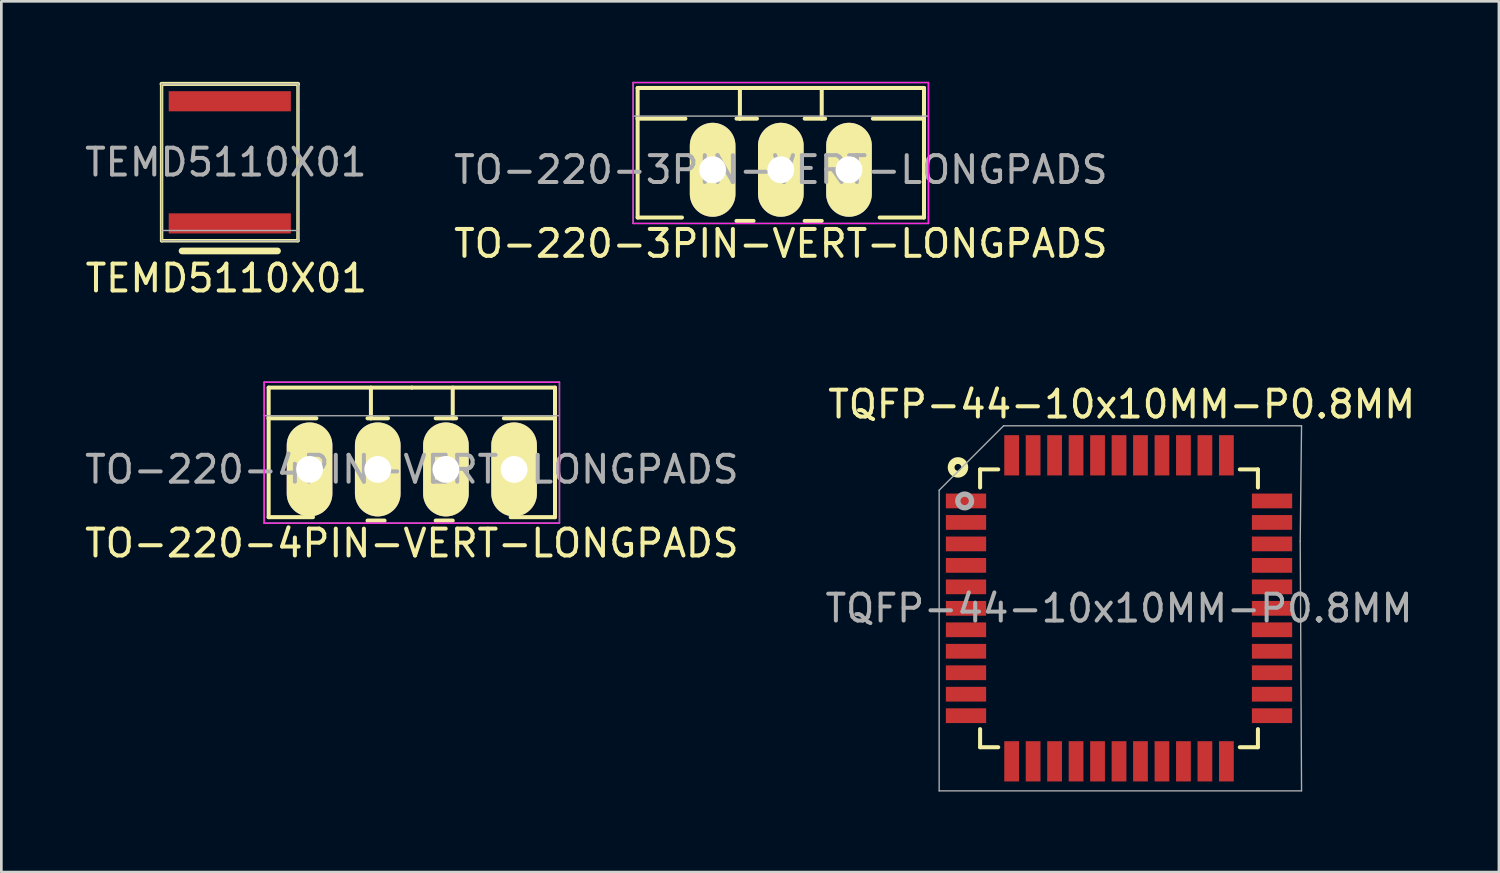
<source format=kicad_pcb>
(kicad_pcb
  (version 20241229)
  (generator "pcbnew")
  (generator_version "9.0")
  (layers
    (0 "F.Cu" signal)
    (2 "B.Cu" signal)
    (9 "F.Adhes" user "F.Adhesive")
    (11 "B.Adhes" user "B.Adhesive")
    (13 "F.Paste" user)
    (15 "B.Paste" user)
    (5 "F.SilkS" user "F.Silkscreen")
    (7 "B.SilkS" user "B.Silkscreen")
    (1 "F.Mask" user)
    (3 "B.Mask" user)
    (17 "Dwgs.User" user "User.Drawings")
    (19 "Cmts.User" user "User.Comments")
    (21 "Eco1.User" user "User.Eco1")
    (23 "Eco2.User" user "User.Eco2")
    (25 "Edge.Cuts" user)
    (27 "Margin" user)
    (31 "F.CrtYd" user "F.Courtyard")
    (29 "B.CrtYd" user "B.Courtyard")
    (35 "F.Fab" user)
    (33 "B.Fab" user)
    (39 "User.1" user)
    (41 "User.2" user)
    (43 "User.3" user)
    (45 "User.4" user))
  (footprint "TQFP-44-10x10MM-P0.8MM"
    (layer "F.Cu")
    (at 38.637 19.612)
    (property "Reference" "TQFP-44-10x10MM-P0.8MM" (at 0 0 0) (layer "F.Fab") (effects (font (size 1 1) (thickness 0.15))))
    (attr smd)
    (fp_line (start -5.175 -5.175) (end -5.175 -4.5) (stroke (width 0.15) (type solid)) (layer "F.SilkS"))
    (fp_line (start -5.175 -5.175) (end -4.5 -5.175) (stroke (width 0.15) (type solid)) (layer "F.SilkS"))
    (fp_line (start -5.175 5.175) (end -5.175 4.5) (stroke (width 0.15) (type solid)) (layer "F.SilkS"))
    (fp_line (start -5.175 5.175) (end -4.5 5.175) (stroke (width 0.15) (type solid)) (layer "F.SilkS"))
    (fp_line (start 5.175 -5.175) (end 4.5 -5.175) (stroke (width 0.15) (type solid)) (layer "F.SilkS"))
    (fp_line (start 5.175 -5.175) (end 5.175 -4.5) (stroke (width 0.15) (type solid)) (layer "F.SilkS"))
    (fp_line (start 5.175 5.175) (end 4.5 5.175) (stroke (width 0.15) (type solid)) (layer "F.SilkS"))
    (fp_line (start 5.175 5.175) (end 5.175 4.5) (stroke (width 0.15) (type solid)) (layer "F.SilkS"))
    (fp_circle (center -6 -5.25) (end -5.95 -5) (stroke (width 0.254) (type solid)) (fill no) (layer "F.SilkS"))
    (fp_line (start -6.7 6.8) (end -6.7 -4.4) (stroke (width 0.05) (type solid)) (layer "F.Fab"))
    (fp_line (start -4.3 -6.8) (end -6.7 -4.4) (stroke (width 0.05) (type solid)) (layer "F.Fab"))
    (fp_line (start -4.3 -6.8) (end 6.8 -6.8) (stroke (width 0.05) (type solid)) (layer "F.Fab"))
    (fp_line (start 6.75 -2.5) (end 6.8 6.8) (stroke (width 0.05) (type solid)) (layer "F.Fab"))
    (fp_line (start 6.8 -6.8) (end 6.75 -2.5) (stroke (width 0.05) (type solid)) (layer "F.Fab"))
    (fp_line (start 6.8 6.8) (end -6.7 6.8) (stroke (width 0.05) (type solid)) (layer "F.Fab"))
    (fp_circle (center -5.75 -4) (end -5.7 -3.75) (stroke (width 0.2) (type solid)) (fill no) (layer "F.Fab"))
    (fp_text user "${REFERENCE}" (at 0.1 -7.6 0) (layer "F.SilkS") (effects (font (size 1 1) (thickness 0.15))))
    (pad "1" smd rect (at -5.7 -4) (size 1.5 0.55) (layers "F.Cu" "F.Mask" "F.Paste"))
    (pad "2" smd rect (at -5.7 -3.2) (size 1.5 0.55) (layers "F.Cu" "F.Mask" "F.Paste"))
    (pad "3" smd rect (at -5.7 -2.4) (size 1.5 0.55) (layers "F.Cu" "F.Mask" "F.Paste"))
    (pad "4" smd rect (at -5.7 -1.6) (size 1.5 0.55) (layers "F.Cu" "F.Mask" "F.Paste"))
    (pad "5" smd rect (at -5.7 -0.8) (size 1.5 0.55) (layers "F.Cu" "F.Mask" "F.Paste"))
    (pad "6" smd rect (at -5.7 0) (size 1.5 0.55) (layers "F.Cu" "F.Mask" "F.Paste"))
    (pad "7" smd rect (at -5.7 0.8) (size 1.5 0.55) (layers "F.Cu" "F.Mask" "F.Paste"))
    (pad "8" smd rect (at -5.7 1.6) (size 1.5 0.55) (layers "F.Cu" "F.Mask" "F.Paste"))
    (pad "9" smd rect (at -5.7 2.4) (size 1.5 0.55) (layers "F.Cu" "F.Mask" "F.Paste"))
    (pad "10" smd rect (at -5.7 3.2) (size 1.5 0.55) (layers "F.Cu" "F.Mask" "F.Paste"))
    (pad "11" smd rect (at -5.7 4) (size 1.5 0.55) (layers "F.Cu" "F.Mask" "F.Paste"))
    (pad "12" smd rect (at -4 5.7 90) (size 1.5 0.55) (layers "F.Cu" "F.Mask" "F.Paste"))
    (pad "13" smd rect (at -3.2 5.7 90) (size 1.5 0.55) (layers "F.Cu" "F.Mask" "F.Paste"))
    (pad "14" smd rect (at -2.4 5.7 90) (size 1.5 0.55) (layers "F.Cu" "F.Mask" "F.Paste"))
    (pad "15" smd rect (at -1.6 5.7 90) (size 1.5 0.55) (layers "F.Cu" "F.Mask" "F.Paste"))
    (pad "16" smd rect (at -0.8 5.7 90) (size 1.5 0.55) (layers "F.Cu" "F.Mask" "F.Paste"))
    (pad "17" smd rect (at 0 5.7 90) (size 1.5 0.55) (layers "F.Cu" "F.Mask" "F.Paste"))
    (pad "18" smd rect (at 0.8 5.7 90) (size 1.5 0.55) (layers "F.Cu" "F.Mask" "F.Paste"))
    (pad "19" smd rect (at 1.6 5.7 90) (size 1.5 0.55) (layers "F.Cu" "F.Mask" "F.Paste"))
    (pad "20" smd rect (at 2.4 5.7 90) (size 1.5 0.55) (layers "F.Cu" "F.Mask" "F.Paste"))
    (pad "21" smd rect (at 3.2 5.7 90) (size 1.5 0.55) (layers "F.Cu" "F.Mask" "F.Paste"))
    (pad "22" smd rect (at 4 5.7 90) (size 1.5 0.55) (layers "F.Cu" "F.Mask" "F.Paste"))
    (pad "23" smd rect (at 5.7 4) (size 1.5 0.55) (layers "F.Cu" "F.Mask" "F.Paste"))
    (pad "24" smd rect (at 5.7 3.2) (size 1.5 0.55) (layers "F.Cu" "F.Mask" "F.Paste"))
    (pad "25" smd rect (at 5.7 2.4) (size 1.5 0.55) (layers "F.Cu" "F.Mask" "F.Paste"))
    (pad "26" smd rect (at 5.7 1.6) (size 1.5 0.55) (layers "F.Cu" "F.Mask" "F.Paste"))
    (pad "27" smd rect (at 5.7 0.8) (size 1.5 0.55) (layers "F.Cu" "F.Mask" "F.Paste"))
    (pad "28" smd rect (at 5.7 0) (size 1.5 0.55) (layers "F.Cu" "F.Mask" "F.Paste"))
    (pad "29" smd rect (at 5.7 -0.8) (size 1.5 0.55) (layers "F.Cu" "F.Mask" "F.Paste"))
    (pad "30" smd rect (at 5.7 -1.6) (size 1.5 0.55) (layers "F.Cu" "F.Mask" "F.Paste"))
    (pad "31" smd rect (at 5.7 -2.4) (size 1.5 0.55) (layers "F.Cu" "F.Mask" "F.Paste"))
    (pad "32" smd rect (at 5.7 -3.2) (size 1.5 0.55) (layers "F.Cu" "F.Mask" "F.Paste"))
    (pad "33" smd rect (at 5.7 -4) (size 1.5 0.55) (layers "F.Cu" "F.Mask" "F.Paste"))
    (pad "34" smd rect (at 4 -5.7 90) (size 1.5 0.55) (layers "F.Cu" "F.Mask" "F.Paste"))
    (pad "35" smd rect (at 3.2 -5.7 90) (size 1.5 0.55) (layers "F.Cu" "F.Mask" "F.Paste"))
    (pad "36" smd rect (at 2.4 -5.7 90) (size 1.5 0.55) (layers "F.Cu" "F.Mask" "F.Paste"))
    (pad "37" smd rect (at 1.6 -5.7 90) (size 1.5 0.55) (layers "F.Cu" "F.Mask" "F.Paste"))
    (pad "38" smd rect (at 0.8 -5.7 90) (size 1.5 0.55) (layers "F.Cu" "F.Mask" "F.Paste"))
    (pad "39" smd rect (at 0 -5.7 90) (size 1.5 0.55) (layers "F.Cu" "F.Mask" "F.Paste"))
    (pad "40" smd rect (at -0.8 -5.7 90) (size 1.5 0.55) (layers "F.Cu" "F.Mask" "F.Paste"))
    (pad "41" smd rect (at -1.6 -5.7 90) (size 1.5 0.55) (layers "F.Cu" "F.Mask" "F.Paste"))
    (pad "42" smd rect (at -2.4 -5.7 90) (size 1.5 0.55) (layers "F.Cu" "F.Mask" "F.Paste"))
    (pad "43" smd rect (at -3.2 -5.7 90) (size 1.5 0.55) (layers "F.Cu" "F.Mask" "F.Paste"))
    (pad "44" smd rect (at -4 -5.7 90) (size 1.5 0.55) (layers "F.Cu" "F.Mask" "F.Paste")))
  (footprint "TEMD5110X01"
    (layer "F.Cu")
    (at 5.51 2.997)
    (property "Reference" "TEMD5110X01" (at -0.147 0 0) (layer "F.Fab") (effects (font (size 1 1) (thickness 0.15))))
    (attr smd)
    (fp_line (start -2.54 -2.921) (end -2.54 2.921) (stroke (width 0.127) (type solid)) (layer "F.SilkS"))
    (fp_line (start -2.54 2.921) (end 2.54 2.921) (stroke (width 0.127) (type solid)) (layer "F.SilkS"))
    (fp_line (start 1.778 3.302) (end -1.778 3.302) (stroke (width 0.25) (type solid)) (layer "F.SilkS"))
    (fp_line (start 2.54 -2.921) (end -2.54 -2.921) (stroke (width 0.152) (type solid)) (layer "F.SilkS"))
    (fp_line (start 2.54 2.921) (end 2.54 -2.921) (stroke (width 0.127) (type solid)) (layer "F.SilkS"))
    (fp_line (start -2.54 -2.921) (end -2.54 2.921) (stroke (width 0.05) (type solid)) (layer "F.Fab"))
    (fp_line (start -2.54 2.54) (end 2.54 2.54) (stroke (width 0.05) (type solid)) (layer "F.Fab"))
    (fp_line (start -2.54 2.921) (end 2.54 2.921) (stroke (width 0.05) (type solid)) (layer "F.Fab"))
    (fp_line (start 2.54 -2.921) (end -2.54 -2.921) (stroke (width 0.05) (type solid)) (layer "F.Fab"))
    (fp_line (start 2.54 2.921) (end 2.54 -2.921) (stroke (width 0.05) (type solid)) (layer "F.Fab"))
    (fp_text user "${REFERENCE}" (at -0.127 4.318 0) (layer "F.SilkS") (effects (font (size 1 1) (thickness 0.15))))
    (pad "1" smd rect (at 0 2.275) (size 4.55 0.75) (layers "F.Cu" "F.Mask" "F.Paste"))
    (pad "2" smd rect (at 0 -2.275) (size 4.55 0.75) (layers "F.Cu" "F.Mask" "F.Paste")))
  (footprint "TO-220-3PIN-VERT-LONGPADS"
    (layer "F.Cu")
    (at 26.038 3.275)
    (property "Reference" "TO-220-3PIN-VERT-LONGPADS" (at 0 0 0) (layer "F.Fab") (effects (font (size 1 1) (thickness 0.15))))
    (attr smd)
    (fp_line (start -5.334 -1.905) (end -5.334 -3.048) (stroke (width 0.15) (type solid)) (layer "F.SilkS"))
    (fp_line (start -5.334 -1.905) (end -3.556 -1.905) (stroke (width 0.15) (type solid)) (layer "F.SilkS"))
    (fp_line (start -5.334 1.778) (end -5.334 -1.905) (stroke (width 0.15) (type solid)) (layer "F.SilkS"))
    (fp_line (start -5.334 1.778) (end -3.683 1.778) (stroke (width 0.15) (type solid)) (layer "F.SilkS"))
    (fp_line (start -1.524 -3.048) (end -1.524 -1.905) (stroke (width 0.15) (type solid)) (layer "F.SilkS"))
    (fp_line (start -1.524 -1.905) (end -1.651 -1.905) (stroke (width 0.15) (type solid)) (layer "F.SilkS"))
    (fp_line (start -1.524 -1.905) (end -0.889 -1.905) (stroke (width 0.15) (type solid)) (layer "F.SilkS"))
    (fp_line (start -1.016 1.905) (end -1.651 1.905) (stroke (width 0.15) (type solid)) (layer "F.SilkS"))
    (fp_line (start 0 -3.048) (end -5.334 -3.048) (stroke (width 0.15) (type solid)) (layer "F.SilkS"))
    (fp_line (start 0 -3.048) (end 5.334 -3.048) (stroke (width 0.15) (type solid)) (layer "F.SilkS"))
    (fp_line (start 0.889 -1.905) (end 1.651 -1.905) (stroke (width 0.15) (type solid)) (layer "F.SilkS"))
    (fp_line (start 1.524 -3.048) (end 1.524 -1.905) (stroke (width 0.15) (type solid)) (layer "F.SilkS"))
    (fp_line (start 1.524 1.905) (end 0.889 1.905) (stroke (width 0.15) (type solid)) (layer "F.SilkS"))
    (fp_line (start 5.334 -3.048) (end 5.334 -1.905) (stroke (width 0.15) (type solid)) (layer "F.SilkS"))
    (fp_line (start 5.334 -1.905) (end 3.429 -1.905) (stroke (width 0.15) (type solid)) (layer "F.SilkS"))
    (fp_line (start 5.334 -1.905) (end 5.334 1.778) (stroke (width 0.15) (type solid)) (layer "F.SilkS"))
    (fp_line (start 5.334 1.778) (end 3.683 1.778) (stroke (width 0.15) (type solid)) (layer "F.SilkS"))
    (fp_line (start -5.5 -3.25) (end -5.5 2) (stroke (width 0.05) (type solid)) (layer "F.CrtYd"))
    (fp_line (start -5.5 2) (end 5.5 2) (stroke (width 0.05) (type solid)) (layer "F.CrtYd"))
    (fp_line (start 5.5 -3.25) (end -5.5 -3.25) (stroke (width 0.05) (type solid)) (layer "F.CrtYd"))
    (fp_line (start 5.5 2) (end 5.5 -3.25) (stroke (width 0.05) (type solid)) (layer "F.CrtYd"))
    (fp_line (start -5.5 2) (end -5.5 -3.25) (stroke (width 0.05) (type solid)) (layer "F.Fab"))
    (fp_line (start 5.5 -3.25) (end -5.5 -3.25) (stroke (width 0.05) (type solid)) (layer "F.Fab"))
    (fp_line (start 5.5 -3) (end 5.5 -3.25) (stroke (width 0.05) (type solid)) (layer "F.Fab"))
    (fp_line (start 5.5 -3) (end 5.5 1.75) (stroke (width 0.05) (type solid)) (layer "F.Fab"))
    (fp_line (start 5.5 -2) (end -5.5 -2) (stroke (width 0.05) (type solid)) (layer "F.Fab"))
    (fp_line (start 5.5 1.75) (end 5.5 2) (stroke (width 0.05) (type solid)) (layer "F.Fab"))
    (fp_line (start 5.5 2) (end -5.5 2) (stroke (width 0.05) (type solid)) (layer "F.Fab"))
    (fp_text user "${REFERENCE}" (at 0 2.75 0) (layer "F.SilkS") (effects (font (size 1 1) (thickness 0.15))))
    (pad "1" thru_hole oval (at -2.54 0 90) (size 3.5 1.699) (drill 1.001) (layers "*.Cu" "*.Mask" "F.SilkS"))
    (pad "2" thru_hole oval (at 0 0 90) (size 3.5 1.699) (drill 1.001) (layers "*.Cu" "*.Mask" "F.SilkS"))
    (pad "3" thru_hole oval (at 2.54 0 90) (size 3.5 1.699) (drill 1.001) (layers "*.Cu" "*.Mask" "F.SilkS")))
  (footprint "TO-220-4PIN-VERT-LONGPADS"
    (layer "F.Cu")
    (at 12.292 14.438)
    (property "Reference" "TO-220-4PIN-VERT-LONGPADS" (at 0 0 0) (layer "F.Fab") (effects (font (size 1 1) (thickness 0.15))))
    (attr smd)
    (fp_line (start -5.334 -1.905) (end -5.334 -3.048) (stroke (width 0.15) (type solid)) (layer "F.SilkS"))
    (fp_line (start -5.334 -1.905) (end -3.556 -1.905) (stroke (width 0.15) (type solid)) (layer "F.SilkS"))
    (fp_line (start -5.334 1.778) (end -5.334 -1.905) (stroke (width 0.15) (type solid)) (layer "F.SilkS"))
    (fp_line (start -5.334 1.778) (end -3.683 1.778) (stroke (width 0.15) (type solid)) (layer "F.SilkS"))
    (fp_line (start -1.524 -3.048) (end -1.524 -1.905) (stroke (width 0.15) (type solid)) (layer "F.SilkS"))
    (fp_line (start -1.524 -1.905) (end -1.651 -1.905) (stroke (width 0.15) (type solid)) (layer "F.SilkS"))
    (fp_line (start -1.524 -1.905) (end -0.889 -1.905) (stroke (width 0.15) (type solid)) (layer "F.SilkS"))
    (fp_line (start -1.016 1.905) (end -1.651 1.905) (stroke (width 0.15) (type solid)) (layer "F.SilkS"))
    (fp_line (start 0 -3.048) (end -5.334 -3.048) (stroke (width 0.15) (type solid)) (layer "F.SilkS"))
    (fp_line (start 0 -3.048) (end 5.334 -3.048) (stroke (width 0.15) (type solid)) (layer "F.SilkS"))
    (fp_line (start 0.889 -1.905) (end 1.651 -1.905) (stroke (width 0.15) (type solid)) (layer "F.SilkS"))
    (fp_line (start 1.524 -3.048) (end 1.524 -1.905) (stroke (width 0.15) (type solid)) (layer "F.SilkS"))
    (fp_line (start 1.524 1.905) (end 0.889 1.905) (stroke (width 0.15) (type solid)) (layer "F.SilkS"))
    (fp_line (start 5.334 -3.048) (end 5.334 -1.905) (stroke (width 0.15) (type solid)) (layer "F.SilkS"))
    (fp_line (start 5.334 -1.905) (end 3.429 -1.905) (stroke (width 0.15) (type solid)) (layer "F.SilkS"))
    (fp_line (start 5.334 -1.905) (end 5.334 1.778) (stroke (width 0.15) (type solid)) (layer "F.SilkS"))
    (fp_line (start 5.334 1.778) (end 3.683 1.778) (stroke (width 0.15) (type solid)) (layer "F.SilkS"))
    (fp_line (start -5.5 -3.25) (end -5.5 2) (stroke (width 0.05) (type solid)) (layer "F.CrtYd"))
    (fp_line (start -5.5 2) (end 5.5 2) (stroke (width 0.05) (type solid)) (layer "F.CrtYd"))
    (fp_line (start 5.5 -3.25) (end -5.5 -3.25) (stroke (width 0.05) (type solid)) (layer "F.CrtYd"))
    (fp_line (start 5.5 2) (end 5.5 -3.25) (stroke (width 0.05) (type solid)) (layer "F.CrtYd"))
    (fp_line (start -5.5 2) (end -5.5 -3.25) (stroke (width 0.05) (type solid)) (layer "F.Fab"))
    (fp_line (start 5.5 -3.25) (end -5.5 -3.25) (stroke (width 0.05) (type solid)) (layer "F.Fab"))
    (fp_line (start 5.5 -3) (end 5.5 -3.25) (stroke (width 0.05) (type solid)) (layer "F.Fab"))
    (fp_line (start 5.5 -3) (end 5.5 1.75) (stroke (width 0.05) (type solid)) (layer "F.Fab"))
    (fp_line (start 5.5 -2) (end -5.5 -2) (stroke (width 0.05) (type solid)) (layer "F.Fab"))
    (fp_line (start 5.5 1.75) (end 5.5 2) (stroke (width 0.05) (type solid)) (layer "F.Fab"))
    (fp_line (start 5.5 2) (end -5.5 2) (stroke (width 0.05) (type solid)) (layer "F.Fab"))
    (fp_text user "${REFERENCE}" (at 0 2.75 0) (layer "F.SilkS") (effects (font (size 1 1) (thickness 0.15))))
    (pad "1" thru_hole oval (at -3.81 0 90) (size 3.5 1.699) (drill 1.001) (layers "*.Cu" "*.Mask" "F.SilkS"))
    (pad "2" thru_hole oval (at -1.27 0 90) (size 3.5 1.699) (drill 1.001) (layers "*.Cu" "*.Mask" "F.SilkS"))
    (pad "3" thru_hole oval (at 1.27 0 90) (size 3.5 1.699) (drill 1.001) (layers "*.Cu" "*.Mask" "F.SilkS"))
    (pad "4" thru_hole oval (at 3.81 0 90) (size 3.5 1.699) (drill 1.001) (layers "*.Cu" "*.Mask" "F.SilkS")))
  (gr_rect
    (start -3 -3)
    (end 52.79 29.437)
    (stroke (width 0.1) (type default))
    (fill no)
    (layer "Edge.Cuts")))
</source>
